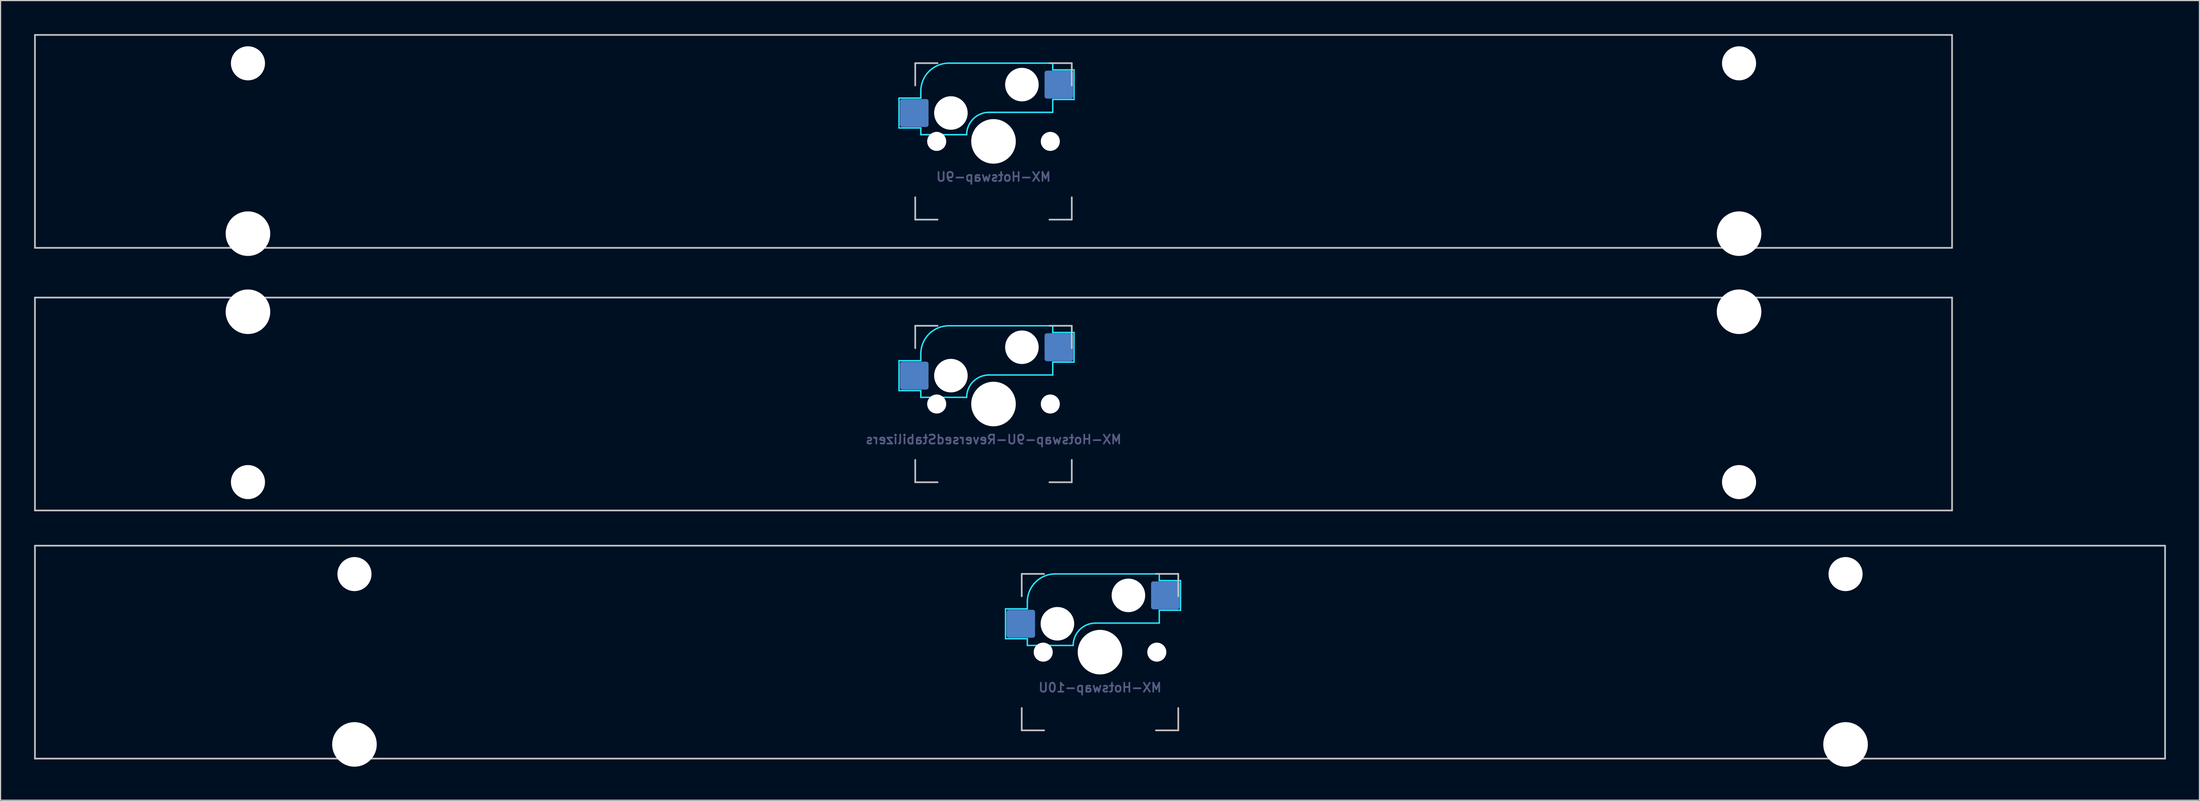
<source format=kicad_pcb>
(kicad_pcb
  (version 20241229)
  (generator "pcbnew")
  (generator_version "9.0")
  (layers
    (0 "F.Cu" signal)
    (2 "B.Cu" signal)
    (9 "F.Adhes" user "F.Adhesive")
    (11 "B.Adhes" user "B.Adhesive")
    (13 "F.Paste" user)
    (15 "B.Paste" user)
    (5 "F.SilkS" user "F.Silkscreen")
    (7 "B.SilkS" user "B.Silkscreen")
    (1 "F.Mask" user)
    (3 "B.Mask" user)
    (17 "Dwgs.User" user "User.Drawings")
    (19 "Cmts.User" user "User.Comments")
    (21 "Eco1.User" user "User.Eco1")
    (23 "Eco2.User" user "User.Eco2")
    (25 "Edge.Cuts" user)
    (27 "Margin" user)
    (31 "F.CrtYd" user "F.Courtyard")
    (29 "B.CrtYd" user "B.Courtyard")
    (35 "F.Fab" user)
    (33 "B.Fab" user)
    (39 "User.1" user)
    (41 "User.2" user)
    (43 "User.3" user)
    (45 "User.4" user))
  (footprint "MX-Hotswap-10U"
    (layer "F.Cu")
    (at 95.325 55.298)
    (property "Reference" "MX-Hotswap-10U" (at 0 3.175 0) (layer "B.Fab") (effects (font (size 0.8 0.8) (thickness 0.15)) (justify mirror)))
    (attr smd)
    (fp_line (start -95.25 9.525) (end -95.25 -9.525) (stroke (width 0.15) (type solid)) (layer "Dwgs.User"))
    (fp_line (start -7 -7) (end -7 -5) (stroke (width 0.15) (type solid)) (layer "Dwgs.User"))
    (fp_line (start -7 5) (end -7 7) (stroke (width 0.15) (type solid)) (layer "Dwgs.User"))
    (fp_line (start -7 7) (end -5 7) (stroke (width 0.15) (type solid)) (layer "Dwgs.User"))
    (fp_line (start -5 -7) (end -7 -7) (stroke (width 0.15) (type solid)) (layer "Dwgs.User"))
    (fp_line (start 5 -7) (end 7 -7) (stroke (width 0.15) (type solid)) (layer "Dwgs.User"))
    (fp_line (start 5 7) (end 7 7) (stroke (width 0.15) (type solid)) (layer "Dwgs.User"))
    (fp_line (start 7 -7) (end 7 -5) (stroke (width 0.15) (type solid)) (layer "Dwgs.User"))
    (fp_line (start 7 7) (end 7 5) (stroke (width 0.15) (type solid)) (layer "Dwgs.User"))
    (fp_line (start 95.25 -9.525) (end -95.25 -9.525) (stroke (width 0.15) (type solid)) (layer "Dwgs.User"))
    (fp_line (start 95.25 9.525) (end -95.25 9.525) (stroke (width 0.15) (type solid)) (layer "Dwgs.User"))
    (fp_line (start 95.25 9.525) (end 95.25 -9.525) (stroke (width 0.15) (type solid)) (layer "Dwgs.User"))
    (fp_line (start -8.45 -3.875) (end -8.45 -1.2) (stroke (width 0.127) (type solid)) (layer "B.CrtYd"))
    (fp_line (start -8.45 -1.2) (end -6.5 -1.2) (stroke (width 0.127) (type solid)) (layer "B.CrtYd"))
    (fp_line (start -6.5 -4.5) (end -6.5 -3.875) (stroke (width 0.127) (type solid)) (layer "B.CrtYd"))
    (fp_line (start -6.5 -3.875) (end -8.45 -3.875) (stroke (width 0.127) (type solid)) (layer "B.CrtYd"))
    (fp_line (start -6.5 -0.6) (end -6.5 -1.2) (stroke (width 0.127) (type solid)) (layer "B.CrtYd"))
    (fp_line (start -6.5 -0.6) (end -2.4 -0.6) (stroke (width 0.127) (type solid)) (layer "B.CrtYd"))
    (fp_line (start -0.4 -2.6) (end 5.3 -2.6) (stroke (width 0.127) (type solid)) (layer "B.CrtYd"))
    (fp_line (start 5.3 -7) (end -4 -7) (stroke (width 0.127) (type solid)) (layer "B.CrtYd"))
    (fp_line (start 5.3 -7) (end 5.3 -6.4) (stroke (width 0.127) (type solid)) (layer "B.CrtYd"))
    (fp_line (start 5.3 -6.4) (end 7.2 -6.4) (stroke (width 0.127) (type solid)) (layer "B.CrtYd"))
    (fp_line (start 5.3 -2.6) (end 5.3 -3.75) (stroke (width 0.127) (type solid)) (layer "B.CrtYd"))
    (fp_line (start 7.2 -6.4) (end 7.2 -3.75) (stroke (width 0.127) (type solid)) (layer "B.CrtYd"))
    (fp_line (start 7.2 -3.75) (end 5.3 -3.75) (stroke (width 0.127) (type solid)) (layer "B.CrtYd"))
    (fp_arc (start -6.5 -4.5) (mid -5.767767 -6.267767) (end -4 -7) (stroke (width 0.127) (type solid)) (layer "B.CrtYd"))
    (fp_arc (start -2.4 -0.6) (mid -1.814214 -2.014214) (end -0.4 -2.6) (stroke (width 0.127) (type solid)) (layer "B.CrtYd"))
    (pad "" np_thru_hole circle (at -66.675 -6.985) (size 3.048 3.048) (drill 3.048) (layers "*.Cu" "*.Mask"))
    (pad "" np_thru_hole circle (at -66.675 8.255) (size 3.988 3.988) (drill 3.988) (layers "*.Cu" "*.Mask"))
    (pad "" np_thru_hole circle (at -5.08 0 48.099) (size 1.702 1.702) (drill 1.702) (layers "*.Cu" "*.Mask"))
    (pad "" np_thru_hole circle (at -3.81 -2.54) (size 3 3) (drill 3) (layers "*.Cu" "*.Mask"))
    (pad "" np_thru_hole circle (at 0 0) (size 3.988 3.988) (drill 3.988) (layers "*.Cu" "*.Mask"))
    (pad "" np_thru_hole circle (at 2.54 -5.08) (size 3 3) (drill 3) (layers "*.Cu" "*.Mask"))
    (pad "" np_thru_hole circle (at 5.08 0 48.099) (size 1.702 1.702) (drill 1.702) (layers "*.Cu" "*.Mask"))
    (pad "" np_thru_hole circle (at 66.675 -6.985) (size 3.048 3.048) (drill 3.048) (layers "*.Cu" "*.Mask"))
    (pad "" np_thru_hole circle (at 66.675 8.255) (size 3.988 3.988) (drill 3.988) (layers "*.Cu" "*.Mask"))
    (pad "1" smd roundrect (at -7.085 -2.54) (size 2.55 2.5) (layers "B.Cu" "B.Mask" "B.Paste") (roundrect_rratio 0.08))
    (pad "2" smd roundrect (at 5.842 -5.08) (size 2.55 2.5) (layers "B.Cu" "B.Mask" "B.Paste") (roundrect_rratio 0.08)))
  (footprint "MX-Hotswap-9U"
    (layer "F.Cu")
    (at 85.8 9.6)
    (property "Reference" "MX-Hotswap-9U" (at 0 3.175 0) (layer "B.Fab") (effects (font (size 0.8 0.8) (thickness 0.15)) (justify mirror)))
    (attr smd)
    (fp_line (start -85.725 9.525) (end -85.725 -9.525) (stroke (width 0.15) (type solid)) (layer "Dwgs.User"))
    (fp_line (start -7 -7) (end -7 -5) (stroke (width 0.15) (type solid)) (layer "Dwgs.User"))
    (fp_line (start -7 5) (end -7 7) (stroke (width 0.15) (type solid)) (layer "Dwgs.User"))
    (fp_line (start -7 7) (end -5 7) (stroke (width 0.15) (type solid)) (layer "Dwgs.User"))
    (fp_line (start -5 -7) (end -7 -7) (stroke (width 0.15) (type solid)) (layer "Dwgs.User"))
    (fp_line (start 5 -7) (end 7 -7) (stroke (width 0.15) (type solid)) (layer "Dwgs.User"))
    (fp_line (start 5 7) (end 7 7) (stroke (width 0.15) (type solid)) (layer "Dwgs.User"))
    (fp_line (start 7 -7) (end 7 -5) (stroke (width 0.15) (type solid)) (layer "Dwgs.User"))
    (fp_line (start 7 7) (end 7 5) (stroke (width 0.15) (type solid)) (layer "Dwgs.User"))
    (fp_line (start 85.725 -9.525) (end -85.725 -9.525) (stroke (width 0.15) (type solid)) (layer "Dwgs.User"))
    (fp_line (start 85.725 9.525) (end -85.725 9.525) (stroke (width 0.15) (type solid)) (layer "Dwgs.User"))
    (fp_line (start 85.725 9.525) (end 85.725 -9.525) (stroke (width 0.15) (type solid)) (layer "Dwgs.User"))
    (fp_line (start -8.45 -3.875) (end -8.45 -1.2) (stroke (width 0.127) (type solid)) (layer "B.CrtYd"))
    (fp_line (start -8.45 -1.2) (end -6.5 -1.2) (stroke (width 0.127) (type solid)) (layer "B.CrtYd"))
    (fp_line (start -6.5 -4.5) (end -6.5 -3.875) (stroke (width 0.127) (type solid)) (layer "B.CrtYd"))
    (fp_line (start -6.5 -3.875) (end -8.45 -3.875) (stroke (width 0.127) (type solid)) (layer "B.CrtYd"))
    (fp_line (start -6.5 -0.6) (end -6.5 -1.2) (stroke (width 0.127) (type solid)) (layer "B.CrtYd"))
    (fp_line (start -6.5 -0.6) (end -2.4 -0.6) (stroke (width 0.127) (type solid)) (layer "B.CrtYd"))
    (fp_line (start -0.4 -2.6) (end 5.3 -2.6) (stroke (width 0.127) (type solid)) (layer "B.CrtYd"))
    (fp_line (start 5.3 -7) (end -4 -7) (stroke (width 0.127) (type solid)) (layer "B.CrtYd"))
    (fp_line (start 5.3 -7) (end 5.3 -6.4) (stroke (width 0.127) (type solid)) (layer "B.CrtYd"))
    (fp_line (start 5.3 -6.4) (end 7.2 -6.4) (stroke (width 0.127) (type solid)) (layer "B.CrtYd"))
    (fp_line (start 5.3 -2.6) (end 5.3 -3.75) (stroke (width 0.127) (type solid)) (layer "B.CrtYd"))
    (fp_line (start 7.2 -6.4) (end 7.2 -3.75) (stroke (width 0.127) (type solid)) (layer "B.CrtYd"))
    (fp_line (start 7.2 -3.75) (end 5.3 -3.75) (stroke (width 0.127) (type solid)) (layer "B.CrtYd"))
    (fp_arc (start -6.5 -4.5) (mid -5.767767 -6.267767) (end -4 -7) (stroke (width 0.127) (type solid)) (layer "B.CrtYd"))
    (fp_arc (start -2.4 -0.6) (mid -1.814214 -2.014214) (end -0.4 -2.6) (stroke (width 0.127) (type solid)) (layer "B.CrtYd"))
    (pad "" np_thru_hole circle (at -66.675 -6.985) (size 3.048 3.048) (drill 3.048) (layers "*.Cu" "*.Mask"))
    (pad "" np_thru_hole circle (at -66.675 8.255) (size 3.988 3.988) (drill 3.988) (layers "*.Cu" "*.Mask"))
    (pad "" np_thru_hole circle (at -5.08 0 48.099) (size 1.702 1.702) (drill 1.702) (layers "*.Cu" "*.Mask"))
    (pad "" np_thru_hole circle (at -3.81 -2.54) (size 3 3) (drill 3) (layers "*.Cu" "*.Mask"))
    (pad "" np_thru_hole circle (at 0 0) (size 3.988 3.988) (drill 3.988) (layers "*.Cu" "*.Mask"))
    (pad "" np_thru_hole circle (at 2.54 -5.08) (size 3 3) (drill 3) (layers "*.Cu" "*.Mask"))
    (pad "" np_thru_hole circle (at 5.08 0 48.099) (size 1.702 1.702) (drill 1.702) (layers "*.Cu" "*.Mask"))
    (pad "" np_thru_hole circle (at 66.675 -6.985) (size 3.048 3.048) (drill 3.048) (layers "*.Cu" "*.Mask"))
    (pad "" np_thru_hole circle (at 66.675 8.255) (size 3.988 3.988) (drill 3.988) (layers "*.Cu" "*.Mask"))
    (pad "1" smd roundrect (at -7.085 -2.54) (size 2.55 2.5) (layers "B.Cu" "B.Mask" "B.Paste") (roundrect_rratio 0.08))
    (pad "2" smd roundrect (at 5.842 -5.08) (size 2.55 2.5) (layers "B.Cu" "B.Mask" "B.Paste") (roundrect_rratio 0.08)))
  (footprint "MX-Hotswap-9U-ReversedStabilizers"
    (layer "F.Cu")
    (at 85.8 33.098)
    (property "Reference" "MX-Hotswap-9U-ReversedStabilizers" (at 0 3.175 0) (layer "B.Fab") (effects (font (size 0.8 0.8) (thickness 0.15)) (justify mirror)))
    (attr smd)
    (fp_line (start -85.725 9.525) (end -85.725 -9.525) (stroke (width 0.15) (type solid)) (layer "Dwgs.User"))
    (fp_line (start -7 -7) (end -7 -5) (stroke (width 0.15) (type solid)) (layer "Dwgs.User"))
    (fp_line (start -7 5) (end -7 7) (stroke (width 0.15) (type solid)) (layer "Dwgs.User"))
    (fp_line (start -7 7) (end -5 7) (stroke (width 0.15) (type solid)) (layer "Dwgs.User"))
    (fp_line (start -5 -7) (end -7 -7) (stroke (width 0.15) (type solid)) (layer "Dwgs.User"))
    (fp_line (start 5 -7) (end 7 -7) (stroke (width 0.15) (type solid)) (layer "Dwgs.User"))
    (fp_line (start 5 7) (end 7 7) (stroke (width 0.15) (type solid)) (layer "Dwgs.User"))
    (fp_line (start 7 -7) (end 7 -5) (stroke (width 0.15) (type solid)) (layer "Dwgs.User"))
    (fp_line (start 7 7) (end 7 5) (stroke (width 0.15) (type solid)) (layer "Dwgs.User"))
    (fp_line (start 85.725 -9.525) (end -85.725 -9.525) (stroke (width 0.15) (type solid)) (layer "Dwgs.User"))
    (fp_line (start 85.725 9.525) (end -85.725 9.525) (stroke (width 0.15) (type solid)) (layer "Dwgs.User"))
    (fp_line (start 85.725 9.525) (end 85.725 -9.525) (stroke (width 0.15) (type solid)) (layer "Dwgs.User"))
    (fp_line (start -8.45 -3.875) (end -8.45 -1.2) (stroke (width 0.127) (type solid)) (layer "B.CrtYd"))
    (fp_line (start -8.45 -1.2) (end -6.5 -1.2) (stroke (width 0.127) (type solid)) (layer "B.CrtYd"))
    (fp_line (start -6.5 -4.5) (end -6.5 -3.875) (stroke (width 0.127) (type solid)) (layer "B.CrtYd"))
    (fp_line (start -6.5 -3.875) (end -8.45 -3.875) (stroke (width 0.127) (type solid)) (layer "B.CrtYd"))
    (fp_line (start -6.5 -0.6) (end -6.5 -1.2) (stroke (width 0.127) (type solid)) (layer "B.CrtYd"))
    (fp_line (start -6.5 -0.6) (end -2.4 -0.6) (stroke (width 0.127) (type solid)) (layer "B.CrtYd"))
    (fp_line (start -0.4 -2.6) (end 5.3 -2.6) (stroke (width 0.127) (type solid)) (layer "B.CrtYd"))
    (fp_line (start 5.3 -7) (end -4 -7) (stroke (width 0.127) (type solid)) (layer "B.CrtYd"))
    (fp_line (start 5.3 -7) (end 5.3 -6.4) (stroke (width 0.127) (type solid)) (layer "B.CrtYd"))
    (fp_line (start 5.3 -6.4) (end 7.2 -6.4) (stroke (width 0.127) (type solid)) (layer "B.CrtYd"))
    (fp_line (start 5.3 -2.6) (end 5.3 -3.75) (stroke (width 0.127) (type solid)) (layer "B.CrtYd"))
    (fp_line (start 7.2 -6.4) (end 7.2 -3.75) (stroke (width 0.127) (type solid)) (layer "B.CrtYd"))
    (fp_line (start 7.2 -3.75) (end 5.3 -3.75) (stroke (width 0.127) (type solid)) (layer "B.CrtYd"))
    (fp_arc (start -6.5 -4.5) (mid -5.767767 -6.267767) (end -4 -7) (stroke (width 0.127) (type solid)) (layer "B.CrtYd"))
    (fp_arc (start -2.4 -0.6) (mid -1.814214 -2.014214) (end -0.4 -2.6) (stroke (width 0.127) (type solid)) (layer "B.CrtYd"))
    (pad "" np_thru_hole circle (at -66.675 -8.255) (size 3.988 3.988) (drill 3.988) (layers "*.Cu" "*.Mask"))
    (pad "" np_thru_hole circle (at -66.675 6.985) (size 3.048 3.048) (drill 3.048) (layers "*.Cu" "*.Mask"))
    (pad "" np_thru_hole circle (at -5.08 0 48.099) (size 1.702 1.702) (drill 1.702) (layers "*.Cu" "*.Mask"))
    (pad "" np_thru_hole circle (at -3.81 -2.54) (size 3 3) (drill 3) (layers "*.Cu" "*.Mask"))
    (pad "" np_thru_hole circle (at 0 0) (size 3.988 3.988) (drill 3.988) (layers "*.Cu" "*.Mask"))
    (pad "" np_thru_hole circle (at 2.54 -5.08) (size 3 3) (drill 3) (layers "*.Cu" "*.Mask"))
    (pad "" np_thru_hole circle (at 5.08 0 48.099) (size 1.702 1.702) (drill 1.702) (layers "*.Cu" "*.Mask"))
    (pad "" np_thru_hole circle (at 66.675 -8.255) (size 3.988 3.988) (drill 3.988) (layers "*.Cu" "*.Mask"))
    (pad "" np_thru_hole circle (at 66.675 6.985) (size 3.048 3.048) (drill 3.048) (layers "*.Cu" "*.Mask"))
    (pad "1" smd roundrect (at -7.085 -2.54) (size 2.55 2.5) (layers "B.Cu" "B.Mask" "B.Paste") (roundrect_rratio 0.08))
    (pad "2" smd roundrect (at 5.842 -5.08) (size 2.55 2.5) (layers "B.Cu" "B.Mask" "B.Paste") (roundrect_rratio 0.08)))
  (gr_rect
    (start -3 -3)
    (end 193.65 68.547)
    (stroke (width 0.1) (type default))
    (fill no)
    (layer "Edge.Cuts")))
</source>
